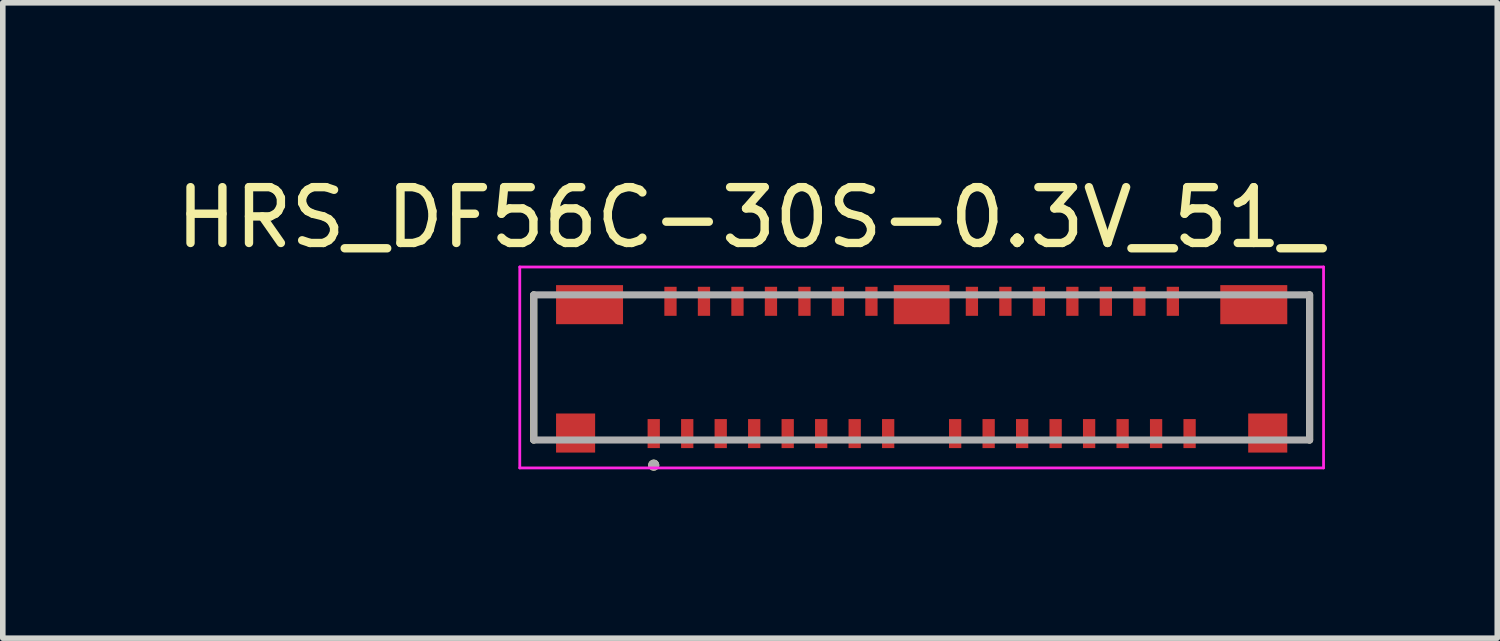
<source format=kicad_pcb>
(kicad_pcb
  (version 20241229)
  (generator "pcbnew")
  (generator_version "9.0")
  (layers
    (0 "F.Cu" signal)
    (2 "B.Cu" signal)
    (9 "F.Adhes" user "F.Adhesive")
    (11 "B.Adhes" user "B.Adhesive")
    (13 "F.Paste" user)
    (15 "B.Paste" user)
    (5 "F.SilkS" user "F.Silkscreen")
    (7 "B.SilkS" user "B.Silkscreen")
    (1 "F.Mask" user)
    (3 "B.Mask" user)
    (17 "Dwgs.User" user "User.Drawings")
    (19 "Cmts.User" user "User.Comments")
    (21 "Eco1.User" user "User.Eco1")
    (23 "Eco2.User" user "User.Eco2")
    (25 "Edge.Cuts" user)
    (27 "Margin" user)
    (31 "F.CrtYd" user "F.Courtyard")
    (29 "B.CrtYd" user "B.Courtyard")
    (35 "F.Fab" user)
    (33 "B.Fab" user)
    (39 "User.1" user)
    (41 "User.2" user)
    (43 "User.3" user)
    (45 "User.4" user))
  (footprint "HRS_DF56C-30S-0.3V_51_"
    (layer "F.Cu")
    (at 13.462 3.533)
    (property "Reference" "HRS_DF56C-30S-0.3V_51_" (at -3.075 -2.685 0) (layer "F.SilkS") (effects (font (size 1 1) (thickness 0.15))))
    (attr smd)
    (fp_line (start -6.95 -1.3) (end -6.95 1.3) (stroke (width 0.127) (type solid)) (layer "F.SilkS"))
    (fp_line (start 6.95 -1.3) (end 6.95 1.3) (stroke (width 0.127) (type solid)) (layer "F.SilkS"))
    (fp_circle (center -4.8 1.75) (end -4.75 1.75) (stroke (width 0.1) (type solid)) (fill no) (layer "F.SilkS"))
    (fp_line (start -7.2 -1.8) (end 7.2 -1.8) (stroke (width 0.05) (type solid)) (layer "F.CrtYd"))
    (fp_line (start -7.2 1.8) (end -7.2 -1.8) (stroke (width 0.05) (type solid)) (layer "F.CrtYd"))
    (fp_line (start 7.2 -1.8) (end 7.2 1.8) (stroke (width 0.05) (type solid)) (layer "F.CrtYd"))
    (fp_line (start 7.2 1.8) (end -7.2 1.8) (stroke (width 0.05) (type solid)) (layer "F.CrtYd"))
    (fp_line (start -6.95 -1.3) (end 6.95 -1.3) (stroke (width 0.127) (type solid)) (layer "F.Fab"))
    (fp_line (start -6.95 1.3) (end -6.95 -1.3) (stroke (width 0.127) (type solid)) (layer "F.Fab"))
    (fp_line (start 6.95 -1.3) (end 6.95 1.3) (stroke (width 0.127) (type solid)) (layer "F.Fab"))
    (fp_line (start 6.95 1.3) (end -6.95 1.3) (stroke (width 0.127) (type solid)) (layer "F.Fab"))
    (fp_circle (center -4.8 1.75) (end -4.75 1.75) (stroke (width 0.1) (type solid)) (fill no) (layer "F.Fab"))
    (pad "1" smd rect (at -4.8 1.185) (size 0.22 0.52) (layers "F.Cu" "F.Mask" "F.Paste"))
    (pad "2" smd rect (at -4.5 -1.185) (size 0.22 0.52) (layers "F.Cu" "F.Mask" "F.Paste"))
    (pad "3" smd rect (at -4.2 1.185) (size 0.22 0.52) (layers "F.Cu" "F.Mask" "F.Paste"))
    (pad "4" smd rect (at -3.9 -1.185) (size 0.22 0.52) (layers "F.Cu" "F.Mask" "F.Paste"))
    (pad "5" smd rect (at -3.6 1.185) (size 0.22 0.52) (layers "F.Cu" "F.Mask" "F.Paste"))
    (pad "6" smd rect (at -3.3 -1.185) (size 0.22 0.52) (layers "F.Cu" "F.Mask" "F.Paste"))
    (pad "7" smd rect (at -3 1.185) (size 0.22 0.52) (layers "F.Cu" "F.Mask" "F.Paste"))
    (pad "8" smd rect (at -2.7 -1.185) (size 0.22 0.52) (layers "F.Cu" "F.Mask" "F.Paste"))
    (pad "9" smd rect (at -2.4 1.185) (size 0.22 0.52) (layers "F.Cu" "F.Mask" "F.Paste"))
    (pad "10" smd rect (at -2.1 -1.185) (size 0.22 0.52) (layers "F.Cu" "F.Mask" "F.Paste"))
    (pad "11" smd rect (at -1.8 1.185) (size 0.22 0.52) (layers "F.Cu" "F.Mask" "F.Paste"))
    (pad "12" smd rect (at -1.5 -1.185) (size 0.22 0.52) (layers "F.Cu" "F.Mask" "F.Paste"))
    (pad "13" smd rect (at -1.2 1.185) (size 0.22 0.52) (layers "F.Cu" "F.Mask" "F.Paste"))
    (pad "14" smd rect (at -0.9 -1.185) (size 0.22 0.52) (layers "F.Cu" "F.Mask" "F.Paste"))
    (pad "15" smd rect (at -0.6 1.185) (size 0.22 0.52) (layers "F.Cu" "F.Mask" "F.Paste"))
    (pad "16" smd rect (at 0.6 1.185) (size 0.22 0.52) (layers "F.Cu" "F.Mask" "F.Paste"))
    (pad "17" smd rect (at 0.9 -1.185) (size 0.22 0.52) (layers "F.Cu" "F.Mask" "F.Paste"))
    (pad "18" smd rect (at 1.2 1.185) (size 0.22 0.52) (layers "F.Cu" "F.Mask" "F.Paste"))
    (pad "19" smd rect (at 1.5 -1.185) (size 0.22 0.52) (layers "F.Cu" "F.Mask" "F.Paste"))
    (pad "20" smd rect (at 1.8 1.185) (size 0.22 0.52) (layers "F.Cu" "F.Mask" "F.Paste"))
    (pad "21" smd rect (at 2.1 -1.185) (size 0.22 0.52) (layers "F.Cu" "F.Mask" "F.Paste"))
    (pad "22" smd rect (at 2.4 1.185) (size 0.22 0.52) (layers "F.Cu" "F.Mask" "F.Paste"))
    (pad "23" smd rect (at 2.7 -1.185) (size 0.22 0.52) (layers "F.Cu" "F.Mask" "F.Paste"))
    (pad "24" smd rect (at 3 1.185) (size 0.22 0.52) (layers "F.Cu" "F.Mask" "F.Paste"))
    (pad "25" smd rect (at 3.3 -1.185) (size 0.22 0.52) (layers "F.Cu" "F.Mask" "F.Paste"))
    (pad "26" smd rect (at 3.6 1.185) (size 0.22 0.52) (layers "F.Cu" "F.Mask" "F.Paste"))
    (pad "27" smd rect (at 3.9 -1.185) (size 0.22 0.52) (layers "F.Cu" "F.Mask" "F.Paste"))
    (pad "28" smd rect (at 4.2 1.185) (size 0.22 0.52) (layers "F.Cu" "F.Mask" "F.Paste"))
    (pad "29" smd rect (at 4.5 -1.185) (size 0.22 0.52) (layers "F.Cu" "F.Mask" "F.Paste"))
    (pad "30" smd rect (at 4.8 1.185) (size 0.22 0.52) (layers "F.Cu" "F.Mask" "F.Paste"))
    (pad "P1" smd rect (at -5.95 -1.125) (size 1.2 0.7) (layers "F.Cu" "F.Mask" "F.Paste"))
    (pad "P2" smd rect (at 0 -1.125) (size 1 0.7) (layers "F.Cu" "F.Mask" "F.Paste"))
    (pad "P3" smd rect (at 5.95 -1.125) (size 1.2 0.7) (layers "F.Cu" "F.Mask" "F.Paste"))
    (pad "P4" smd rect (at -6.2 1.175) (size 0.7 0.7) (layers "F.Cu" "F.Mask" "F.Paste"))
    (pad "P5" smd rect (at 6.2 1.175) (size 0.7 0.7) (layers "F.Cu" "F.Mask" "F.Paste")))
  (gr_rect
    (start -3 -3)
    (end 23.774 8.383)
    (stroke (width 0.1) (type default))
    (fill no)
    (layer "Edge.Cuts")))
</source>
